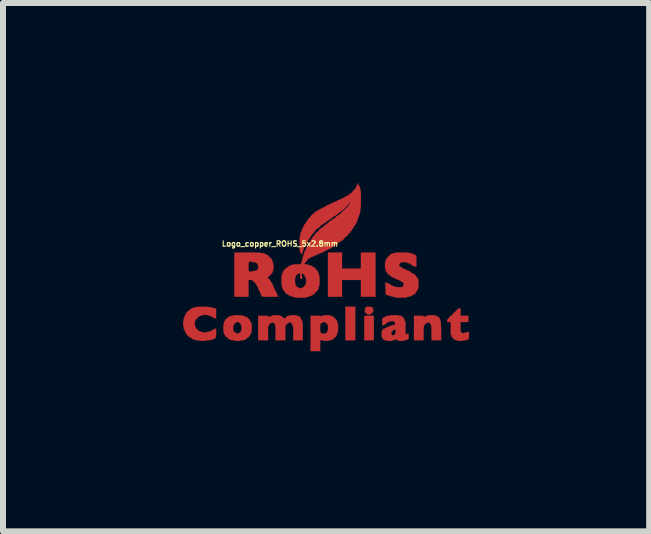
<source format=kicad_pcb>
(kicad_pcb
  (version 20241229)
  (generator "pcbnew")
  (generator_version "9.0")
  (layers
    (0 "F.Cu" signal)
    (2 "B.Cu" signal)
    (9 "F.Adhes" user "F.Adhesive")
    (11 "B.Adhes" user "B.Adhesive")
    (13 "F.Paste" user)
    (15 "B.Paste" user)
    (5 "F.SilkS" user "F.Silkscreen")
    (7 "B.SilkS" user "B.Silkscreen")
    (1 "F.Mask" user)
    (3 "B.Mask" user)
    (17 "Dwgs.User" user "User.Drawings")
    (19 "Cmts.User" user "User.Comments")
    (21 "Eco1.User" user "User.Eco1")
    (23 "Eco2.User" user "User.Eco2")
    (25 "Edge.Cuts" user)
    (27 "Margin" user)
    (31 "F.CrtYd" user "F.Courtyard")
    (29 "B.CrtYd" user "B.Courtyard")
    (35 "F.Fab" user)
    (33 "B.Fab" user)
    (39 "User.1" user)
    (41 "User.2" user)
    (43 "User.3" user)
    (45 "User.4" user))
  (footprint "Logo_copper_ROHS_5x2.8mm"
    (layer "F.Cu")
    (at 2.414 1.411)
    (property "Reference" "Logo_copper_ROHS_5x2.8mm" (at -0.8 -0.4 0) (layer "F.SilkS") (effects (font (size 0.089 0.089) (thickness 0.018))))
    (attr exclude_from_pos_files exclude_from_bom)
    (fp_poly (pts (xy 0.455 1.209) (xy 0.371 1.209) (xy 0.29 1.209) (xy 0.29 0.93) (xy 0.29 0.648) (xy 0.371 0.648) (xy 0.455 0.648) (xy 0.455 0.93) (xy 0.455 1.209)) (stroke (width 0.003) (type solid)) (fill yes) (layer "F.Cu"))
    (fp_poly (pts (xy 0.765 1.209) (xy 0.683 1.209) (xy 0.605 1.209) (xy 0.605 1.003) (xy 0.605 0.8) (xy 0.683 0.8) (xy 0.765 0.8) (xy 0.765 1.003) (xy 0.765 1.209)) (stroke (width 0.003) (type solid)) (fill yes) (layer "F.Cu"))
    (fp_poly (pts (xy 0.792 0.483) (xy 0.671 0.483) (xy 0.549 0.483) (xy 0.549 0.343) (xy 0.549 0.203) (xy 0.391 0.203) (xy 0.234 0.203) (xy 0.234 0.343) (xy 0.234 0.483) (xy 0.117 0.483) (xy 0 0.483) (xy 0 0.114) (xy 0 -0.254) (xy 0.117 -0.254) (xy 0.234 -0.254) (xy 0.234 -0.119) (xy 0.234 0.013) (xy 0.391 0.013) (xy 0.549 0.013) (xy 0.549 -0.119) (xy 0.549 -0.254) (xy 0.671 -0.254) (xy 0.792 -0.254) (xy 0.792 0.114) (xy 0.792 0.483)) (stroke (width 0.003) (type solid)) (fill yes) (layer "F.Cu"))
    (fp_poly (pts (xy 0.754 0.706) (xy 0.752 0.721) (xy 0.752 0.732) (xy 0.749 0.734) (xy 0.744 0.737) (xy 0.744 0.742) (xy 0.739 0.754) (xy 0.729 0.762) (xy 0.719 0.765) (xy 0.711 0.767) (xy 0.709 0.772) (xy 0.706 0.775) (xy 0.699 0.777) (xy 0.681 0.78) (xy 0.665 0.777) (xy 0.655 0.775) (xy 0.653 0.772) (xy 0.65 0.765) (xy 0.645 0.765) (xy 0.638 0.759) (xy 0.627 0.752) (xy 0.625 0.752) (xy 0.62 0.742) (xy 0.615 0.732) (xy 0.615 0.716) (xy 0.615 0.709) (xy 0.615 0.693) (xy 0.617 0.681) (xy 0.62 0.678) (xy 0.622 0.676) (xy 0.625 0.671) (xy 0.627 0.66) (xy 0.635 0.653) (xy 0.65 0.65) (xy 0.673 0.648) (xy 0.678 0.648) (xy 0.699 0.65) (xy 0.711 0.65) (xy 0.719 0.653) (xy 0.724 0.658) (xy 0.732 0.658) (xy 0.742 0.66) (xy 0.744 0.668) (xy 0.747 0.676) (xy 0.749 0.678) (xy 0.752 0.683) (xy 0.754 0.696) (xy 0.754 0.706)) (stroke (width 0.003) (type solid)) (fill yes) (layer "F.Cu"))
    (fp_poly (pts (xy 1.885 1.209) (xy 1.803 1.209) (xy 1.725 1.209) (xy 1.725 1.085) (xy 1.725 1.041) (xy 1.722 1.008) (xy 1.722 0.983) (xy 1.72 0.965) (xy 1.72 0.96) (xy 1.72 0.958) (xy 1.714 0.955) (xy 1.714 0.945) (xy 1.709 0.93) (xy 1.699 0.922) (xy 1.689 0.919) (xy 1.681 0.917) (xy 1.679 0.912) (xy 1.676 0.904) (xy 1.674 0.904) (xy 1.669 0.907) (xy 1.669 0.912) (xy 1.664 0.917) (xy 1.654 0.919) (xy 1.643 0.919) (xy 1.638 0.925) (xy 1.636 0.93) (xy 1.633 0.93) (xy 1.626 0.932) (xy 1.615 0.942) (xy 1.613 0.95) (xy 1.61 0.958) (xy 1.603 0.963) (xy 1.6 0.968) (xy 1.598 0.97) (xy 1.598 0.978) (xy 1.595 0.986) (xy 1.595 1.001) (xy 1.595 1.024) (xy 1.593 1.052) (xy 1.593 1.09) (xy 1.593 1.209) (xy 1.514 1.209) (xy 1.433 1.209) (xy 1.433 1.003) (xy 1.433 0.8) (xy 1.514 0.8) (xy 1.544 0.8) (xy 1.565 0.8) (xy 1.58 0.8) (xy 1.587 0.8) (xy 1.593 0.803) (xy 1.593 0.805) (xy 1.593 0.808) (xy 1.595 0.815) (xy 1.605 0.818) (xy 1.608 0.818) (xy 1.621 0.818) (xy 1.623 0.813) (xy 1.628 0.81) (xy 1.631 0.808) (xy 1.638 0.805) (xy 1.638 0.803) (xy 1.643 0.8) (xy 1.654 0.8) (xy 1.664 0.798) (xy 1.669 0.795) (xy 1.669 0.792) (xy 1.674 0.792) (xy 1.687 0.79) (xy 1.709 0.79) (xy 1.73 0.79) (xy 1.755 0.79) (xy 1.775 0.79) (xy 1.786 0.792) (xy 1.788 0.792) (xy 1.793 0.798) (xy 1.798 0.8) (xy 1.806 0.8) (xy 1.808 0.803) (xy 1.814 0.808) (xy 1.819 0.808) (xy 1.826 0.81) (xy 1.829 0.813) (xy 1.834 0.818) (xy 1.841 0.823) (xy 1.852 0.831) (xy 1.854 0.838) (xy 1.857 0.843) (xy 1.859 0.843) (xy 1.862 0.848) (xy 1.864 0.853) (xy 1.867 0.861) (xy 1.869 0.864) (xy 1.872 0.869) (xy 1.875 0.879) (xy 1.875 0.884) (xy 1.875 0.897) (xy 1.877 0.904) (xy 1.88 0.904) (xy 1.88 0.909) (xy 1.882 0.925) (xy 1.882 0.947) (xy 1.882 0.98) (xy 1.885 1.021) (xy 1.885 1.057) (xy 1.885 1.209)) (stroke (width 0.003) (type solid)) (fill yes) (layer "F.Cu"))
    (fp_poly (pts (xy 2.349 1.128) (xy 2.349 1.156) (xy 2.347 1.176) (xy 2.344 1.189) (xy 2.337 1.194) (xy 2.329 1.199) (xy 2.319 1.199) (xy 2.309 1.201) (xy 2.304 1.204) (xy 2.299 1.206) (xy 2.289 1.209) (xy 2.276 1.209) (xy 2.261 1.209) (xy 2.25 1.212) (xy 2.248 1.214) (xy 2.245 1.217) (xy 2.23 1.219) (xy 2.212 1.219) (xy 2.207 1.219) (xy 2.184 1.219) (xy 2.172 1.217) (xy 2.164 1.214) (xy 2.159 1.212) (xy 2.149 1.209) (xy 2.144 1.209) (xy 2.131 1.206) (xy 2.123 1.204) (xy 2.118 1.199) (xy 2.113 1.199) (xy 2.103 1.196) (xy 2.093 1.189) (xy 2.088 1.181) (xy 2.085 1.176) (xy 2.078 1.166) (xy 2.073 1.163) (xy 2.062 1.151) (xy 2.06 1.138) (xy 2.057 1.125) (xy 2.052 1.123) (xy 2.05 1.123) (xy 2.047 1.118) (xy 2.045 1.11) (xy 2.045 1.095) (xy 2.045 1.074) (xy 2.045 1.046) (xy 2.045 1.013) (xy 2.045 0.904) (xy 2.014 0.904) (xy 1.984 0.904) (xy 1.984 0.886) (xy 1.986 0.869) (xy 1.996 0.856) (xy 1.999 0.853) (xy 2.009 0.843) (xy 2.014 0.838) (xy 2.014 0.836) (xy 2.017 0.831) (xy 2.024 0.823) (xy 2.035 0.813) (xy 2.045 0.803) (xy 2.05 0.8) (xy 2.052 0.8) (xy 2.057 0.795) (xy 2.065 0.787) (xy 2.073 0.78) (xy 2.078 0.772) (xy 2.083 0.767) (xy 2.09 0.757) (xy 2.101 0.747) (xy 2.111 0.739) (xy 2.116 0.734) (xy 2.121 0.732) (xy 2.131 0.721) (xy 2.141 0.711) (xy 2.149 0.704) (xy 2.154 0.696) (xy 2.159 0.688) (xy 2.169 0.681) (xy 2.184 0.678) (xy 2.189 0.678) (xy 2.21 0.678) (xy 2.21 0.739) (xy 2.21 0.8) (xy 2.273 0.8) (xy 2.339 0.8) (xy 2.339 0.851) (xy 2.339 0.904) (xy 2.273 0.904) (xy 2.21 0.904) (xy 2.21 0.983) (xy 2.21 1.013) (xy 2.21 1.036) (xy 2.21 1.052) (xy 2.212 1.062) (xy 2.215 1.067) (xy 2.217 1.072) (xy 2.22 1.077) (xy 2.233 1.085) (xy 2.245 1.087) (xy 2.258 1.09) (xy 2.273 1.087) (xy 2.281 1.085) (xy 2.283 1.085) (xy 2.289 1.079) (xy 2.299 1.079) (xy 2.309 1.077) (xy 2.314 1.074) (xy 2.319 1.069) (xy 2.329 1.069) (xy 2.332 1.069) (xy 2.349 1.069) (xy 2.349 1.128)) (stroke (width 0.003) (type solid)) (fill yes) (layer "F.Cu"))
    (fp_poly (pts (xy -0.419 1.209) (xy -0.498 1.209) (xy -0.579 1.209) (xy -0.579 1.09) (xy -0.579 1.052) (xy -0.579 1.021) (xy -0.579 1.001) (xy -0.582 0.986) (xy -0.582 0.975) (xy -0.584 0.97) (xy -0.587 0.968) (xy -0.592 0.965) (xy -0.594 0.955) (xy -0.594 0.942) (xy -0.599 0.94) (xy -0.602 0.935) (xy -0.605 0.93) (xy -0.607 0.919) (xy -0.615 0.919) (xy -0.622 0.917) (xy -0.625 0.912) (xy -0.627 0.904) (xy -0.632 0.904) (xy -0.643 0.907) (xy -0.643 0.912) (xy -0.648 0.917) (xy -0.653 0.919) (xy -0.663 0.922) (xy -0.676 0.932) (xy -0.686 0.942) (xy -0.709 0.963) (xy -0.709 1.087) (xy -0.709 1.209) (xy -0.79 1.209) (xy -0.874 1.209) (xy -0.874 1.085) (xy -0.874 1.041) (xy -0.874 1.008) (xy -0.876 0.983) (xy -0.876 0.965) (xy -0.879 0.96) (xy -0.879 0.958) (xy -0.881 0.955) (xy -0.884 0.945) (xy -0.886 0.932) (xy -0.897 0.922) (xy -0.907 0.919) (xy -0.912 0.914) (xy -0.914 0.912) (xy -0.917 0.904) (xy -0.919 0.904) (xy -0.922 0.907) (xy -0.925 0.912) (xy -0.927 0.917) (xy -0.94 0.919) (xy -0.953 0.922) (xy -0.965 0.93) (xy -0.975 0.94) (xy -0.978 0.95) (xy -0.983 0.958) (xy -0.988 0.963) (xy -0.993 0.968) (xy -0.993 0.97) (xy -0.996 0.978) (xy -0.998 0.986) (xy -0.998 1.001) (xy -0.998 1.024) (xy -0.998 1.052) (xy -0.998 1.09) (xy -0.998 1.209) (xy -1.082 1.209) (xy -1.163 1.209) (xy -1.163 1.003) (xy -1.163 0.8) (xy -1.082 0.8) (xy -1.052 0.8) (xy -1.029 0.8) (xy -1.013 0.8) (xy -1.006 0.8) (xy -1.001 0.803) (xy -0.998 0.805) (xy -0.998 0.808) (xy -0.996 0.815) (xy -0.988 0.818) (xy -0.983 0.818) (xy -0.973 0.818) (xy -0.968 0.813) (xy -0.965 0.81) (xy -0.958 0.808) (xy -0.95 0.808) (xy -0.947 0.803) (xy -0.945 0.8) (xy -0.937 0.8) (xy -0.927 0.798) (xy -0.925 0.792) (xy -0.919 0.792) (xy -0.904 0.79) (xy -0.884 0.79) (xy -0.866 0.79) (xy -0.841 0.79) (xy -0.823 0.79) (xy -0.81 0.792) (xy -0.808 0.792) (xy -0.805 0.798) (xy -0.795 0.8) (xy -0.787 0.8) (xy -0.785 0.803) (xy -0.78 0.808) (xy -0.777 0.808) (xy -0.767 0.813) (xy -0.757 0.82) (xy -0.747 0.831) (xy -0.744 0.838) (xy -0.739 0.843) (xy -0.729 0.843) (xy -0.726 0.843) (xy -0.714 0.843) (xy -0.709 0.838) (xy -0.706 0.831) (xy -0.696 0.82) (xy -0.686 0.813) (xy -0.676 0.808) (xy -0.671 0.805) (xy -0.668 0.803) (xy -0.665 0.8) (xy -0.653 0.8) (xy -0.65 0.8) (xy -0.64 0.798) (xy -0.635 0.795) (xy -0.632 0.792) (xy -0.63 0.792) (xy -0.615 0.79) (xy -0.594 0.79) (xy -0.582 0.79) (xy -0.556 0.79) (xy -0.538 0.79) (xy -0.531 0.792) (xy -0.528 0.792) (xy -0.523 0.798) (xy -0.513 0.798) (xy -0.511 0.8) (xy -0.5 0.8) (xy -0.493 0.803) (xy -0.49 0.808) (xy -0.485 0.808) (xy -0.475 0.813) (xy -0.465 0.823) (xy -0.457 0.833) (xy -0.455 0.843) (xy -0.45 0.851) (xy -0.447 0.853) (xy -0.439 0.859) (xy -0.439 0.864) (xy -0.437 0.871) (xy -0.434 0.874) (xy -0.432 0.879) (xy -0.429 0.889) (xy -0.429 0.897) (xy -0.427 0.909) (xy -0.424 0.917) (xy -0.424 0.919) (xy -0.422 0.925) (xy -0.422 0.937) (xy -0.419 0.963) (xy -0.419 0.996) (xy -0.419 1.036) (xy -0.419 1.064) (xy -0.419 1.209)) (stroke (width 0.003) (type solid)) (fill yes) (layer "F.Cu"))
    (fp_poly (pts (xy 0.168 0.998) (xy 0.168 1.026) (xy 0.168 1.044) (xy 0.165 1.057) (xy 0.163 1.059) (xy 0.16 1.064) (xy 0.16 1.074) (xy 0.16 1.079) (xy 0.157 1.092) (xy 0.155 1.097) (xy 0.155 1.1) (xy 0.15 1.102) (xy 0.15 1.113) (xy 0.147 1.12) (xy 0.145 1.123) (xy 0.14 1.128) (xy 0.14 1.13) (xy 0.135 1.14) (xy 0.127 1.151) (xy 0.117 1.161) (xy 0.107 1.171) (xy 0.099 1.173) (xy 0.094 1.179) (xy 0.094 1.181) (xy 0.089 1.186) (xy 0.084 1.189) (xy 0.076 1.191) (xy 0.074 1.194) (xy 0.069 1.199) (xy 0.064 1.199) (xy 0.056 1.201) (xy 0.053 1.204) (xy 0.048 1.206) (xy 0.038 1.209) (xy 0.03 1.209) (xy 0.018 1.209) (xy 0.01 1.212) (xy 0.008 1.214) (xy 0.005 1.217) (xy 0 1.217) (xy 0 1.011) (xy 0 1.003) (xy 0 0.983) (xy 0 0.968) (xy -0.003 0.96) (xy -0.003 0.958) (xy -0.008 0.955) (xy -0.008 0.95) (xy -0.013 0.942) (xy -0.02 0.932) (xy -0.03 0.922) (xy -0.038 0.919) (xy -0.043 0.914) (xy -0.043 0.912) (xy -0.048 0.907) (xy -0.058 0.904) (xy -0.064 0.904) (xy -0.079 0.904) (xy -0.084 0.909) (xy -0.084 0.912) (xy -0.089 0.917) (xy -0.097 0.919) (xy -0.107 0.919) (xy -0.109 0.925) (xy -0.112 0.927) (xy -0.119 0.93) (xy -0.122 0.93) (xy -0.124 0.932) (xy -0.127 0.937) (xy -0.127 0.95) (xy -0.13 0.965) (xy -0.13 0.993) (xy -0.13 1.001) (xy -0.13 1.034) (xy -0.127 1.057) (xy -0.124 1.072) (xy -0.122 1.082) (xy -0.117 1.087) (xy -0.107 1.09) (xy -0.104 1.09) (xy -0.097 1.09) (xy -0.094 1.095) (xy -0.089 1.097) (xy -0.079 1.097) (xy -0.069 1.1) (xy -0.053 1.097) (xy -0.046 1.095) (xy -0.043 1.095) (xy -0.041 1.09) (xy -0.038 1.09) (xy -0.03 1.085) (xy -0.02 1.077) (xy -0.013 1.067) (xy -0.008 1.057) (xy -0.005 1.049) (xy -0.003 1.049) (xy -0.003 1.044) (xy 0 1.031) (xy 0 1.011) (xy 0 1.217) (xy -0.008 1.219) (xy -0.025 1.219) (xy -0.03 1.219) (xy -0.051 1.219) (xy -0.066 1.217) (xy -0.074 1.214) (xy -0.079 1.212) (xy -0.089 1.209) (xy -0.097 1.209) (xy -0.109 1.206) (xy -0.117 1.204) (xy -0.119 1.204) (xy -0.122 1.199) (xy -0.124 1.199) (xy -0.124 1.204) (xy -0.127 1.219) (xy -0.127 1.242) (xy -0.13 1.273) (xy -0.13 1.293) (xy -0.13 1.389) (xy -0.208 1.389) (xy -0.29 1.389) (xy -0.29 1.095) (xy -0.29 0.8) (xy -0.208 0.8) (xy -0.178 0.8) (xy -0.152 0.8) (xy -0.137 0.803) (xy -0.13 0.803) (xy -0.124 0.808) (xy -0.119 0.808) (xy -0.112 0.808) (xy -0.109 0.803) (xy -0.104 0.8) (xy -0.094 0.8) (xy -0.091 0.8) (xy -0.079 0.798) (xy -0.074 0.795) (xy -0.074 0.792) (xy -0.069 0.792) (xy -0.056 0.79) (xy -0.036 0.79) (xy -0.02 0.79) (xy 0 0.79) (xy 0.018 0.79) (xy 0.028 0.792) (xy 0.033 0.798) (xy 0.043 0.798) (xy 0.046 0.8) (xy 0.058 0.8) (xy 0.064 0.803) (xy 0.069 0.808) (xy 0.074 0.808) (xy 0.081 0.813) (xy 0.089 0.818) (xy 0.097 0.826) (xy 0.102 0.828) (xy 0.109 0.833) (xy 0.112 0.841) (xy 0.122 0.851) (xy 0.13 0.859) (xy 0.14 0.871) (xy 0.147 0.881) (xy 0.15 0.886) (xy 0.152 0.892) (xy 0.155 0.894) (xy 0.157 0.899) (xy 0.157 0.909) (xy 0.16 0.917) (xy 0.16 0.93) (xy 0.163 0.937) (xy 0.163 0.94) (xy 0.165 0.942) (xy 0.168 0.958) (xy 0.168 0.978) (xy 0.168 0.998)) (stroke (width 0.003) (type solid)) (fill yes) (layer "F.Cu"))
    (fp_poly (pts (xy -1.267 1.003) (xy -1.27 1.031) (xy -1.27 1.052) (xy -1.273 1.064) (xy -1.273 1.069) (xy -1.278 1.072) (xy -1.278 1.085) (xy -1.28 1.095) (xy -1.285 1.1) (xy -1.293 1.102) (xy -1.293 1.11) (xy -1.298 1.123) (xy -1.303 1.128) (xy -1.311 1.138) (xy -1.313 1.143) (xy -1.318 1.153) (xy -1.328 1.161) (xy -1.336 1.163) (xy -1.344 1.166) (xy -1.344 1.168) (xy -1.349 1.173) (xy -1.351 1.173) (xy -1.359 1.179) (xy -1.359 1.181) (xy -1.364 1.186) (xy -1.369 1.189) (xy -1.377 1.191) (xy -1.379 1.194) (xy -1.382 1.199) (xy -1.389 1.199) (xy -1.397 1.201) (xy -1.4 1.204) (xy -1.402 1.206) (xy -1.415 1.209) (xy -1.43 1.209) (xy -1.433 1.209) (xy -1.433 1.003) (xy -1.435 0.996) (xy -1.438 0.993) (xy -1.443 0.991) (xy -1.443 0.978) (xy -1.443 0.97) (xy -1.445 0.958) (xy -1.448 0.95) (xy -1.453 0.945) (xy -1.453 0.94) (xy -1.458 0.93) (xy -1.468 0.922) (xy -1.476 0.919) (xy -1.483 0.914) (xy -1.483 0.912) (xy -1.486 0.907) (xy -1.496 0.904) (xy -1.506 0.904) (xy -1.521 0.904) (xy -1.529 0.907) (xy -1.529 0.912) (xy -1.532 0.917) (xy -1.537 0.919) (xy -1.547 0.922) (xy -1.557 0.932) (xy -1.56 0.94) (xy -1.562 0.947) (xy -1.567 0.95) (xy -1.572 0.953) (xy -1.572 0.963) (xy -1.575 0.97) (xy -1.575 0.986) (xy -1.577 0.993) (xy -1.58 0.993) (xy -1.582 0.998) (xy -1.582 1.003) (xy -1.582 1.011) (xy -1.58 1.013) (xy -1.575 1.019) (xy -1.575 1.029) (xy -1.575 1.036) (xy -1.572 1.049) (xy -1.57 1.059) (xy -1.567 1.059) (xy -1.562 1.062) (xy -1.552 1.069) (xy -1.549 1.074) (xy -1.539 1.082) (xy -1.529 1.09) (xy -1.527 1.09) (xy -1.519 1.092) (xy -1.519 1.095) (xy -1.514 1.097) (xy -1.509 1.1) (xy -1.501 1.097) (xy -1.499 1.095) (xy -1.494 1.09) (xy -1.488 1.09) (xy -1.478 1.085) (xy -1.468 1.077) (xy -1.46 1.072) (xy -1.45 1.059) (xy -1.445 1.046) (xy -1.443 1.034) (xy -1.443 1.021) (xy -1.44 1.013) (xy -1.438 1.013) (xy -1.435 1.008) (xy -1.433 1.003) (xy -1.433 1.209) (xy -1.448 1.209) (xy -1.46 1.212) (xy -1.463 1.214) (xy -1.468 1.217) (xy -1.481 1.219) (xy -1.501 1.219) (xy -1.506 1.219) (xy -1.527 1.219) (xy -1.542 1.217) (xy -1.549 1.214) (xy -1.554 1.212) (xy -1.565 1.209) (xy -1.582 1.209) (xy -1.598 1.209) (xy -1.61 1.206) (xy -1.613 1.204) (xy -1.618 1.199) (xy -1.626 1.199) (xy -1.636 1.196) (xy -1.638 1.194) (xy -1.643 1.189) (xy -1.648 1.189) (xy -1.656 1.186) (xy -1.659 1.184) (xy -1.664 1.173) (xy -1.671 1.166) (xy -1.681 1.163) (xy -1.687 1.161) (xy -1.689 1.158) (xy -1.692 1.153) (xy -1.697 1.153) (xy -1.702 1.151) (xy -1.704 1.146) (xy -1.707 1.135) (xy -1.714 1.128) (xy -1.722 1.118) (xy -1.725 1.11) (xy -1.725 1.102) (xy -1.73 1.1) (xy -1.732 1.095) (xy -1.735 1.085) (xy -1.735 1.074) (xy -1.737 1.069) (xy -1.74 1.069) (xy -1.74 1.064) (xy -1.742 1.049) (xy -1.742 1.029) (xy -1.742 1.003) (xy -1.742 0.975) (xy -1.742 0.955) (xy -1.74 0.942) (xy -1.74 0.94) (xy -1.735 0.935) (xy -1.735 0.925) (xy -1.735 0.922) (xy -1.732 0.909) (xy -1.73 0.904) (xy -1.725 0.899) (xy -1.725 0.894) (xy -1.722 0.886) (xy -1.72 0.884) (xy -1.714 0.879) (xy -1.714 0.876) (xy -1.709 0.866) (xy -1.704 0.859) (xy -1.697 0.853) (xy -1.689 0.851) (xy -1.681 0.843) (xy -1.679 0.833) (xy -1.674 0.831) (xy -1.669 0.828) (xy -1.661 0.826) (xy -1.654 0.818) (xy -1.641 0.81) (xy -1.631 0.808) (xy -1.618 0.808) (xy -1.613 0.805) (xy -1.613 0.803) (xy -1.61 0.8) (xy -1.598 0.8) (xy -1.593 0.8) (xy -1.582 0.798) (xy -1.575 0.795) (xy -1.575 0.792) (xy -1.57 0.792) (xy -1.554 0.79) (xy -1.534 0.79) (xy -1.509 0.79) (xy -1.481 0.79) (xy -1.46 0.79) (xy -1.448 0.792) (xy -1.443 0.792) (xy -1.44 0.798) (xy -1.427 0.798) (xy -1.422 0.8) (xy -1.407 0.8) (xy -1.4 0.803) (xy -1.394 0.808) (xy -1.384 0.808) (xy -1.372 0.813) (xy -1.364 0.818) (xy -1.354 0.826) (xy -1.346 0.828) (xy -1.336 0.831) (xy -1.333 0.833) (xy -1.331 0.841) (xy -1.321 0.851) (xy -1.318 0.853) (xy -1.308 0.864) (xy -1.303 0.874) (xy -1.303 0.876) (xy -1.3 0.884) (xy -1.298 0.884) (xy -1.295 0.889) (xy -1.293 0.894) (xy -1.29 0.902) (xy -1.285 0.904) (xy -1.28 0.907) (xy -1.278 0.919) (xy -1.278 0.922) (xy -1.278 0.932) (xy -1.275 0.94) (xy -1.273 0.94) (xy -1.273 0.942) (xy -1.27 0.958) (xy -1.27 0.978) (xy -1.267 1.003)) (stroke (width 0.003) (type solid)) (fill yes) (layer "F.Cu"))
    (fp_poly (pts (xy 1.344 1.14) (xy 1.344 1.166) (xy 1.341 1.184) (xy 1.333 1.194) (xy 1.326 1.199) (xy 1.316 1.199) (xy 1.308 1.201) (xy 1.303 1.204) (xy 1.3 1.206) (xy 1.288 1.209) (xy 1.28 1.209) (xy 1.267 1.209) (xy 1.26 1.212) (xy 1.26 1.214) (xy 1.255 1.217) (xy 1.242 1.219) (xy 1.222 1.219) (xy 1.217 1.219) (xy 1.196 1.219) (xy 1.181 1.217) (xy 1.173 1.214) (xy 1.168 1.209) (xy 1.163 1.209) (xy 1.156 1.206) (xy 1.153 1.204) (xy 1.151 1.199) (xy 1.146 1.199) (xy 1.138 1.194) (xy 1.135 1.194) (xy 1.133 1.189) (xy 1.13 1.194) (xy 1.128 1.194) (xy 1.128 1.067) (xy 1.128 1.046) (xy 1.123 1.031) (xy 1.12 1.029) (xy 1.113 1.024) (xy 1.11 1.029) (xy 1.105 1.034) (xy 1.097 1.034) (xy 1.09 1.036) (xy 1.09 1.039) (xy 1.085 1.046) (xy 1.079 1.054) (xy 1.072 1.059) (xy 1.067 1.062) (xy 1.062 1.067) (xy 1.057 1.074) (xy 1.054 1.087) (xy 1.054 1.097) (xy 1.057 1.107) (xy 1.059 1.11) (xy 1.064 1.113) (xy 1.064 1.115) (xy 1.067 1.123) (xy 1.079 1.123) (xy 1.082 1.123) (xy 1.095 1.123) (xy 1.1 1.118) (xy 1.1 1.115) (xy 1.102 1.11) (xy 1.107 1.11) (xy 1.118 1.105) (xy 1.125 1.092) (xy 1.128 1.072) (xy 1.128 1.067) (xy 1.128 1.194) (xy 1.125 1.199) (xy 1.118 1.199) (xy 1.11 1.201) (xy 1.11 1.204) (xy 1.105 1.206) (xy 1.092 1.209) (xy 1.087 1.209) (xy 1.072 1.209) (xy 1.064 1.212) (xy 1.064 1.214) (xy 1.059 1.217) (xy 1.046 1.219) (xy 1.026 1.219) (xy 1.021 1.219) (xy 1.001 1.219) (xy 0.986 1.217) (xy 0.978 1.214) (xy 0.975 1.212) (xy 0.963 1.209) (xy 0.958 1.209) (xy 0.947 1.206) (xy 0.94 1.204) (xy 0.935 1.199) (xy 0.932 1.199) (xy 0.925 1.196) (xy 0.917 1.189) (xy 0.914 1.181) (xy 0.909 1.173) (xy 0.904 1.168) (xy 0.899 1.163) (xy 0.897 1.158) (xy 0.894 1.148) (xy 0.894 1.13) (xy 0.894 1.11) (xy 0.894 1.087) (xy 0.897 1.069) (xy 0.897 1.059) (xy 0.899 1.059) (xy 0.902 1.054) (xy 0.904 1.049) (xy 0.907 1.036) (xy 0.917 1.024) (xy 0.93 1.016) (xy 0.937 1.013) (xy 0.947 1.011) (xy 0.95 1.008) (xy 0.953 1.006) (xy 0.958 1.003) (xy 0.968 1.001) (xy 0.968 0.998) (xy 0.973 0.996) (xy 0.978 0.993) (xy 0.988 0.991) (xy 0.988 0.988) (xy 0.993 0.986) (xy 1.003 0.983) (xy 1.006 0.983) (xy 1.019 0.983) (xy 1.024 0.978) (xy 1.024 0.975) (xy 1.029 0.97) (xy 1.039 0.968) (xy 1.049 0.968) (xy 1.054 0.963) (xy 1.059 0.96) (xy 1.069 0.958) (xy 1.072 0.958) (xy 1.082 0.958) (xy 1.09 0.955) (xy 1.092 0.95) (xy 1.105 0.95) (xy 1.113 0.947) (xy 1.118 0.945) (xy 1.118 0.932) (xy 1.118 0.93) (xy 1.115 0.909) (xy 1.107 0.897) (xy 1.092 0.894) (xy 1.082 0.892) (xy 1.079 0.889) (xy 1.074 0.884) (xy 1.072 0.884) (xy 1.064 0.886) (xy 1.064 0.889) (xy 1.059 0.892) (xy 1.049 0.894) (xy 1.044 0.894) (xy 1.031 0.894) (xy 1.024 0.897) (xy 1.024 0.899) (xy 1.019 0.902) (xy 1.008 0.904) (xy 1.006 0.904) (xy 0.996 0.904) (xy 0.988 0.909) (xy 0.986 0.917) (xy 0.975 0.925) (xy 0.968 0.93) (xy 0.963 0.932) (xy 0.953 0.94) (xy 0.95 0.945) (xy 0.935 0.955) (xy 0.919 0.958) (xy 0.904 0.958) (xy 0.904 0.902) (xy 0.904 0.876) (xy 0.904 0.856) (xy 0.907 0.846) (xy 0.909 0.843) (xy 0.914 0.841) (xy 0.914 0.836) (xy 0.917 0.831) (xy 0.927 0.828) (xy 0.935 0.828) (xy 0.94 0.823) (xy 0.942 0.82) (xy 0.95 0.818) (xy 0.958 0.818) (xy 0.958 0.813) (xy 0.963 0.81) (xy 0.968 0.808) (xy 0.978 0.808) (xy 0.978 0.803) (xy 0.983 0.8) (xy 0.996 0.8) (xy 1.006 0.8) (xy 1.021 0.798) (xy 1.031 0.795) (xy 1.034 0.792) (xy 1.039 0.792) (xy 1.052 0.79) (xy 1.074 0.79) (xy 1.105 0.79) (xy 1.133 0.79) (xy 1.156 0.79) (xy 1.168 0.792) (xy 1.173 0.792) (xy 1.179 0.798) (xy 1.189 0.798) (xy 1.196 0.8) (xy 1.209 0.8) (xy 1.217 0.803) (xy 1.219 0.803) (xy 1.222 0.808) (xy 1.227 0.808) (xy 1.234 0.813) (xy 1.245 0.82) (xy 1.255 0.831) (xy 1.26 0.838) (xy 1.262 0.843) (xy 1.265 0.843) (xy 1.267 0.848) (xy 1.27 0.853) (xy 1.27 0.861) (xy 1.273 0.864) (xy 1.278 0.869) (xy 1.278 0.879) (xy 1.28 0.892) (xy 1.285 0.894) (xy 1.288 0.894) (xy 1.29 0.899) (xy 1.293 0.907) (xy 1.293 0.922) (xy 1.293 0.942) (xy 1.293 0.973) (xy 1.293 1.001) (xy 1.293 1.036) (xy 1.293 1.064) (xy 1.295 1.082) (xy 1.295 1.095) (xy 1.295 1.102) (xy 1.298 1.107) (xy 1.3 1.107) (xy 1.303 1.11) (xy 1.311 1.107) (xy 1.313 1.105) (xy 1.318 1.1) (xy 1.328 1.1) (xy 1.344 1.1) (xy 1.344 1.14)) (stroke (width 0.003) (type solid)) (fill yes) (layer "F.Cu"))
    (fp_poly (pts (xy -0.828 0.478) (xy -0.833 0.48) (xy -0.848 0.483) (xy -0.871 0.483) (xy -0.904 0.483) (xy -0.945 0.483) (xy -0.963 0.483) (xy -1.003 0.483) (xy -1.036 0.483) (xy -1.062 0.483) (xy -1.082 0.48) (xy -1.095 0.48) (xy -1.102 0.478) (xy -1.107 0.472) (xy -1.107 0.467) (xy -1.11 0.462) (xy -1.113 0.455) (xy -1.118 0.45) (xy -1.118 0.439) (xy -1.12 0.429) (xy -1.123 0.424) (xy -1.128 0.419) (xy -1.128 0.411) (xy -1.13 0.401) (xy -1.133 0.399) (xy -1.138 0.394) (xy -1.138 0.389) (xy -1.143 0.381) (xy -1.146 0.378) (xy -1.153 0.373) (xy -1.153 0.368) (xy -1.156 0.361) (xy -1.158 0.358) (xy -1.161 0.356) (xy -1.163 0.343) (xy -1.163 0.34) (xy -1.163 -0.013) (xy -1.163 -0.03) (xy -1.166 -0.043) (xy -1.168 -0.048) (xy -1.173 -0.053) (xy -1.173 -0.061) (xy -1.176 -0.071) (xy -1.184 -0.074) (xy -1.191 -0.076) (xy -1.194 -0.079) (xy -1.199 -0.081) (xy -1.206 -0.084) (xy -1.217 -0.086) (xy -1.219 -0.089) (xy -1.224 -0.091) (xy -1.234 -0.094) (xy -1.245 -0.094) (xy -1.257 -0.094) (xy -1.267 -0.097) (xy -1.267 -0.099) (xy -1.273 -0.102) (xy -1.283 -0.104) (xy -1.295 -0.104) (xy -1.308 -0.102) (xy -1.316 -0.097) (xy -1.318 -0.089) (xy -1.321 -0.074) (xy -1.323 -0.051) (xy -1.323 -0.028) (xy -1.323 -0.003) (xy -1.323 0.018) (xy -1.321 0.038) (xy -1.318 0.051) (xy -1.318 0.056) (xy -1.311 0.061) (xy -1.298 0.064) (xy -1.283 0.064) (xy -1.27 0.064) (xy -1.26 0.061) (xy -1.26 0.058) (xy -1.255 0.056) (xy -1.242 0.053) (xy -1.232 0.053) (xy -1.217 0.053) (xy -1.206 0.051) (xy -1.204 0.048) (xy -1.199 0.043) (xy -1.196 0.043) (xy -1.186 0.041) (xy -1.176 0.033) (xy -1.176 0.03) (xy -1.168 0.023) (xy -1.166 0.015) (xy -1.163 0) (xy -1.163 -0.013) (xy -1.163 0.34) (xy -1.166 0.33) (xy -1.168 0.325) (xy -1.168 0.323) (xy -1.173 0.32) (xy -1.173 0.315) (xy -1.179 0.305) (xy -1.184 0.3) (xy -1.191 0.29) (xy -1.194 0.282) (xy -1.196 0.272) (xy -1.206 0.262) (xy -1.214 0.259) (xy -1.219 0.254) (xy -1.219 0.251) (xy -1.222 0.241) (xy -1.232 0.231) (xy -1.24 0.229) (xy -1.247 0.226) (xy -1.255 0.216) (xy -1.26 0.208) (xy -1.262 0.206) (xy -1.278 0.203) (xy -1.29 0.203) (xy -1.323 0.203) (xy -1.323 0.343) (xy -1.323 0.483) (xy -1.44 0.483) (xy -1.56 0.483) (xy -1.56 0.114) (xy -1.56 -0.254) (xy -1.344 -0.254) (xy -1.285 -0.254) (xy -1.237 -0.254) (xy -1.196 -0.251) (xy -1.166 -0.251) (xy -1.143 -0.251) (xy -1.13 -0.249) (xy -1.128 -0.249) (xy -1.125 -0.246) (xy -1.113 -0.244) (xy -1.097 -0.244) (xy -1.079 -0.244) (xy -1.067 -0.241) (xy -1.064 -0.239) (xy -1.059 -0.234) (xy -1.054 -0.234) (xy -1.046 -0.231) (xy -1.044 -0.229) (xy -1.039 -0.224) (xy -1.034 -0.224) (xy -1.026 -0.221) (xy -1.024 -0.218) (xy -1.019 -0.216) (xy -1.011 -0.213) (xy -1.001 -0.211) (xy -0.998 -0.208) (xy -0.996 -0.203) (xy -0.986 -0.193) (xy -0.975 -0.178) (xy -0.97 -0.175) (xy -0.958 -0.163) (xy -0.947 -0.152) (xy -0.94 -0.15) (xy -0.935 -0.145) (xy -0.935 -0.137) (xy -0.932 -0.127) (xy -0.93 -0.124) (xy -0.925 -0.119) (xy -0.925 -0.109) (xy -0.922 -0.099) (xy -0.919 -0.094) (xy -0.917 -0.089) (xy -0.914 -0.079) (xy -0.914 -0.071) (xy -0.912 -0.058) (xy -0.909 -0.051) (xy -0.909 -0.048) (xy -0.907 -0.043) (xy -0.904 -0.033) (xy -0.904 -0.015) (xy -0.904 0) (xy -0.907 0.01) (xy -0.909 0.013) (xy -0.912 0.018) (xy -0.914 0.03) (xy -0.914 0.038) (xy -0.914 0.053) (xy -0.917 0.061) (xy -0.919 0.064) (xy -0.922 0.069) (xy -0.925 0.074) (xy -0.927 0.084) (xy -0.932 0.094) (xy -0.94 0.099) (xy -0.942 0.099) (xy -0.947 0.102) (xy -0.955 0.112) (xy -0.958 0.122) (xy -0.963 0.127) (xy -0.968 0.13) (xy -0.978 0.132) (xy -0.978 0.135) (xy -0.983 0.142) (xy -0.993 0.152) (xy -1.003 0.155) (xy -1.011 0.155) (xy -1.013 0.16) (xy -1.011 0.163) (xy -1.008 0.163) (xy -1.001 0.168) (xy -0.991 0.178) (xy -0.978 0.191) (xy -0.968 0.203) (xy -0.96 0.213) (xy -0.958 0.218) (xy -0.958 0.226) (xy -0.953 0.229) (xy -0.95 0.234) (xy -0.947 0.239) (xy -0.947 0.246) (xy -0.942 0.249) (xy -0.935 0.254) (xy -0.927 0.264) (xy -0.925 0.274) (xy -0.922 0.282) (xy -0.919 0.284) (xy -0.914 0.287) (xy -0.914 0.3) (xy -0.912 0.31) (xy -0.909 0.315) (xy -0.904 0.318) (xy -0.904 0.323) (xy -0.902 0.333) (xy -0.899 0.333) (xy -0.894 0.338) (xy -0.894 0.345) (xy -0.892 0.356) (xy -0.889 0.358) (xy -0.884 0.363) (xy -0.884 0.368) (xy -0.881 0.376) (xy -0.879 0.378) (xy -0.874 0.384) (xy -0.874 0.389) (xy -0.871 0.396) (xy -0.866 0.399) (xy -0.861 0.404) (xy -0.859 0.411) (xy -0.856 0.422) (xy -0.853 0.424) (xy -0.851 0.429) (xy -0.848 0.439) (xy -0.848 0.45) (xy -0.843 0.455) (xy -0.841 0.457) (xy -0.838 0.465) (xy -0.836 0.472) (xy -0.833 0.475) (xy -0.828 0.478)) (stroke (width 0.003) (type solid)) (fill yes) (layer "F.Cu"))
    (fp_poly (pts (xy -1.864 1.087) (xy -1.864 1.118) (xy -1.864 1.14) (xy -1.867 1.158) (xy -1.872 1.166) (xy -1.877 1.171) (xy -1.885 1.173) (xy -1.892 1.179) (xy -1.895 1.181) (xy -1.897 1.186) (xy -1.905 1.189) (xy -1.915 1.191) (xy -1.918 1.194) (xy -1.923 1.196) (xy -1.933 1.199) (xy -1.938 1.199) (xy -1.951 1.199) (xy -1.958 1.201) (xy -1.958 1.204) (xy -1.963 1.206) (xy -1.976 1.209) (xy -1.994 1.209) (xy -1.996 1.209) (xy -2.014 1.209) (xy -2.029 1.212) (xy -2.035 1.214) (xy -2.04 1.217) (xy -2.052 1.217) (xy -2.073 1.219) (xy -2.088 1.219) (xy -2.113 1.219) (xy -2.131 1.217) (xy -2.141 1.214) (xy -2.144 1.214) (xy -2.149 1.212) (xy -2.162 1.209) (xy -2.177 1.209) (xy -2.192 1.209) (xy -2.205 1.206) (xy -2.21 1.204) (xy -2.212 1.201) (xy -2.223 1.199) (xy -2.235 1.196) (xy -2.238 1.194) (xy -2.243 1.191) (xy -2.25 1.189) (xy -2.261 1.186) (xy -2.263 1.181) (xy -2.268 1.176) (xy -2.273 1.173) (xy -2.281 1.171) (xy -2.283 1.168) (xy -2.289 1.163) (xy -2.294 1.163) (xy -2.301 1.161) (xy -2.309 1.153) (xy -2.316 1.146) (xy -2.319 1.143) (xy -2.327 1.14) (xy -2.337 1.133) (xy -2.344 1.123) (xy -2.349 1.115) (xy -2.352 1.11) (xy -2.355 1.11) (xy -2.357 1.105) (xy -2.36 1.1) (xy -2.362 1.09) (xy -2.37 1.085) (xy -2.377 1.074) (xy -2.377 1.067) (xy -2.38 1.059) (xy -2.383 1.059) (xy -2.388 1.054) (xy -2.388 1.044) (xy -2.388 1.041) (xy -2.39 1.029) (xy -2.395 1.024) (xy -2.4 1.021) (xy -2.403 1.013) (xy -2.403 0.996) (xy -2.405 0.98) (xy -2.408 0.97) (xy -2.408 0.968) (xy -2.41 0.965) (xy -2.413 0.95) (xy -2.413 0.932) (xy -2.413 0.927) (xy -2.413 0.907) (xy -2.41 0.892) (xy -2.41 0.884) (xy -2.408 0.884) (xy -2.405 0.879) (xy -2.405 0.869) (xy -2.403 0.856) (xy -2.403 0.841) (xy -2.4 0.831) (xy -2.395 0.828) (xy -2.39 0.826) (xy -2.388 0.813) (xy -2.388 0.803) (xy -2.383 0.8) (xy -2.38 0.795) (xy -2.377 0.79) (xy -2.377 0.78) (xy -2.375 0.78) (xy -2.37 0.775) (xy -2.37 0.772) (xy -2.367 0.765) (xy -2.365 0.765) (xy -2.36 0.759) (xy -2.36 0.757) (xy -2.355 0.749) (xy -2.347 0.737) (xy -2.337 0.726) (xy -2.327 0.716) (xy -2.319 0.714) (xy -2.314 0.711) (xy -2.314 0.709) (xy -2.309 0.704) (xy -2.304 0.704) (xy -2.296 0.701) (xy -2.294 0.699) (xy -2.289 0.688) (xy -2.281 0.681) (xy -2.271 0.678) (xy -2.266 0.676) (xy -2.263 0.673) (xy -2.261 0.671) (xy -2.248 0.668) (xy -2.245 0.668) (xy -2.235 0.668) (xy -2.23 0.665) (xy -2.228 0.663) (xy -2.225 0.66) (xy -2.215 0.658) (xy -2.202 0.658) (xy -2.2 0.653) (xy -2.195 0.653) (xy -2.179 0.65) (xy -2.156 0.65) (xy -2.123 0.65) (xy -2.09 0.648) (xy -2.052 0.65) (xy -2.022 0.65) (xy -1.999 0.65) (xy -1.986 0.653) (xy -1.984 0.653) (xy -1.979 0.655) (xy -1.968 0.658) (xy -1.956 0.658) (xy -1.941 0.66) (xy -1.93 0.663) (xy -1.928 0.663) (xy -1.925 0.668) (xy -1.913 0.668) (xy -1.91 0.668) (xy -1.9 0.671) (xy -1.895 0.673) (xy -1.89 0.678) (xy -1.88 0.678) (xy -1.864 0.678) (xy -1.864 0.762) (xy -1.864 0.843) (xy -1.88 0.843) (xy -1.89 0.841) (xy -1.895 0.836) (xy -1.897 0.831) (xy -1.905 0.828) (xy -1.915 0.828) (xy -1.918 0.823) (xy -1.923 0.82) (xy -1.928 0.818) (xy -1.938 0.818) (xy -1.938 0.813) (xy -1.943 0.81) (xy -1.948 0.808) (xy -1.956 0.808) (xy -1.958 0.803) (xy -1.963 0.8) (xy -1.971 0.8) (xy -1.981 0.798) (xy -1.984 0.792) (xy -1.989 0.79) (xy -1.999 0.79) (xy -2.009 0.79) (xy -2.022 0.787) (xy -2.032 0.785) (xy -2.035 0.785) (xy -2.037 0.78) (xy -2.047 0.78) (xy -2.055 0.78) (xy -2.06 0.785) (xy -2.062 0.787) (xy -2.075 0.787) (xy -2.083 0.79) (xy -2.098 0.79) (xy -2.108 0.792) (xy -2.113 0.798) (xy -2.121 0.8) (xy -2.131 0.8) (xy -2.134 0.803) (xy -2.139 0.808) (xy -2.141 0.808) (xy -2.149 0.813) (xy -2.159 0.82) (xy -2.169 0.828) (xy -2.174 0.836) (xy -2.177 0.843) (xy -2.184 0.851) (xy -2.189 0.853) (xy -2.192 0.853) (xy -2.2 0.859) (xy -2.205 0.866) (xy -2.21 0.876) (xy -2.212 0.884) (xy -2.215 0.884) (xy -2.217 0.889) (xy -2.217 0.902) (xy -2.22 0.922) (xy -2.22 0.927) (xy -2.217 0.947) (xy -2.217 0.963) (xy -2.215 0.968) (xy -2.21 0.973) (xy -2.21 0.98) (xy -2.207 0.991) (xy -2.205 0.993) (xy -2.2 0.998) (xy -2.2 1.003) (xy -2.197 1.011) (xy -2.195 1.013) (xy -2.187 1.016) (xy -2.177 1.026) (xy -2.169 1.036) (xy -2.164 1.044) (xy -2.159 1.049) (xy -2.154 1.049) (xy -2.146 1.052) (xy -2.144 1.054) (xy -2.139 1.057) (xy -2.134 1.059) (xy -2.126 1.062) (xy -2.123 1.064) (xy -2.118 1.067) (xy -2.108 1.069) (xy -2.106 1.069) (xy -2.095 1.069) (xy -2.088 1.072) (xy -2.088 1.074) (xy -2.085 1.077) (xy -2.073 1.077) (xy -2.057 1.079) (xy -2.04 1.077) (xy -2.027 1.077) (xy -2.024 1.074) (xy -2.019 1.072) (xy -2.009 1.069) (xy -2.004 1.069) (xy -1.991 1.067) (xy -1.984 1.064) (xy -1.979 1.059) (xy -1.968 1.059) (xy -1.966 1.059) (xy -1.956 1.057) (xy -1.948 1.054) (xy -1.946 1.049) (xy -1.938 1.049) (xy -1.93 1.046) (xy -1.928 1.041) (xy -1.925 1.036) (xy -1.915 1.034) (xy -1.908 1.031) (xy -1.905 1.029) (xy -1.9 1.024) (xy -1.895 1.024) (xy -1.885 1.021) (xy -1.885 1.019) (xy -1.88 1.013) (xy -1.875 1.013) (xy -1.869 1.013) (xy -1.867 1.016) (xy -1.864 1.024) (xy -1.864 1.034) (xy -1.864 1.052) (xy -1.864 1.077) (xy -1.864 1.087)) (stroke (width 0.003) (type solid)) (fill yes) (layer "F.Cu"))
    (fp_poly (pts (xy 1.509 0.269) (xy 1.509 0.3) (xy 1.506 0.323) (xy 1.506 0.338) (xy 1.504 0.343) (xy 1.501 0.348) (xy 1.499 0.356) (xy 1.496 0.366) (xy 1.491 0.368) (xy 1.486 0.373) (xy 1.483 0.378) (xy 1.481 0.386) (xy 1.478 0.389) (xy 1.476 0.394) (xy 1.473 0.399) (xy 1.471 0.406) (xy 1.468 0.409) (xy 1.463 0.411) (xy 1.463 0.414) (xy 1.46 0.422) (xy 1.45 0.432) (xy 1.44 0.439) (xy 1.43 0.445) (xy 1.42 0.447) (xy 1.415 0.455) (xy 1.405 0.462) (xy 1.397 0.465) (xy 1.389 0.467) (xy 1.389 0.47) (xy 1.384 0.472) (xy 1.374 0.475) (xy 1.364 0.475) (xy 1.359 0.478) (xy 1.354 0.483) (xy 1.344 0.483) (xy 1.336 0.483) (xy 1.321 0.485) (xy 1.316 0.488) (xy 1.313 0.49) (xy 1.313 0.493) (xy 1.308 0.495) (xy 1.298 0.498) (xy 1.285 0.498) (xy 1.262 0.498) (xy 1.232 0.498) (xy 1.217 0.498) (xy 1.181 0.498) (xy 1.158 0.498) (xy 1.14 0.498) (xy 1.128 0.495) (xy 1.123 0.495) (xy 1.12 0.493) (xy 1.118 0.49) (xy 1.115 0.488) (xy 1.107 0.485) (xy 1.092 0.483) (xy 1.077 0.483) (xy 1.067 0.48) (xy 1.064 0.478) (xy 1.059 0.475) (xy 1.049 0.475) (xy 1.039 0.472) (xy 1.034 0.47) (xy 1.029 0.465) (xy 1.019 0.465) (xy 1.016 0.465) (xy 1.006 0.462) (xy 0.998 0.46) (xy 0.996 0.455) (xy 0.986 0.455) (xy 0.975 0.452) (xy 0.97 0.45) (xy 0.965 0.445) (xy 0.963 0.434) (xy 0.96 0.417) (xy 0.96 0.394) (xy 0.958 0.361) (xy 0.958 0.353) (xy 0.958 0.32) (xy 0.958 0.295) (xy 0.958 0.277) (xy 0.955 0.269) (xy 0.95 0.264) (xy 0.95 0.259) (xy 0.95 0.251) (xy 0.958 0.249) (xy 0.968 0.249) (xy 0.98 0.249) (xy 0.988 0.251) (xy 0.988 0.254) (xy 0.993 0.257) (xy 1.001 0.259) (xy 1.011 0.262) (xy 1.013 0.264) (xy 1.019 0.267) (xy 1.024 0.269) (xy 1.031 0.272) (xy 1.034 0.277) (xy 1.039 0.282) (xy 1.044 0.284) (xy 1.052 0.287) (xy 1.054 0.29) (xy 1.059 0.292) (xy 1.067 0.295) (xy 1.074 0.295) (xy 1.079 0.3) (xy 1.082 0.302) (xy 1.09 0.305) (xy 1.097 0.305) (xy 1.1 0.31) (xy 1.102 0.312) (xy 1.113 0.315) (xy 1.115 0.315) (xy 1.125 0.315) (xy 1.128 0.318) (xy 1.128 0.32) (xy 1.133 0.32) (xy 1.148 0.323) (xy 1.168 0.323) (xy 1.181 0.323) (xy 1.206 0.323) (xy 1.222 0.323) (xy 1.232 0.32) (xy 1.24 0.318) (xy 1.245 0.312) (xy 1.247 0.312) (xy 1.255 0.297) (xy 1.26 0.282) (xy 1.26 0.264) (xy 1.255 0.251) (xy 1.245 0.241) (xy 1.237 0.239) (xy 1.229 0.236) (xy 1.224 0.229) (xy 1.214 0.221) (xy 1.204 0.218) (xy 1.196 0.216) (xy 1.194 0.211) (xy 1.189 0.206) (xy 1.179 0.203) (xy 1.168 0.203) (xy 1.163 0.198) (xy 1.158 0.196) (xy 1.151 0.193) (xy 1.143 0.193) (xy 1.138 0.188) (xy 1.135 0.185) (xy 1.128 0.183) (xy 1.12 0.183) (xy 1.118 0.178) (xy 1.115 0.175) (xy 1.11 0.173) (xy 1.1 0.173) (xy 1.1 0.168) (xy 1.095 0.165) (xy 1.09 0.163) (xy 1.079 0.163) (xy 1.079 0.16) (xy 1.074 0.155) (xy 1.069 0.155) (xy 1.057 0.15) (xy 1.046 0.142) (xy 1.044 0.135) (xy 1.039 0.13) (xy 1.034 0.13) (xy 1.026 0.124) (xy 1.019 0.119) (xy 1.011 0.112) (xy 1.008 0.109) (xy 0.998 0.104) (xy 0.991 0.097) (xy 0.988 0.086) (xy 0.986 0.079) (xy 0.983 0.079) (xy 0.98 0.074) (xy 0.978 0.071) (xy 0.975 0.064) (xy 0.973 0.064) (xy 0.97 0.058) (xy 0.968 0.053) (xy 0.968 0.046) (xy 0.963 0.043) (xy 0.96 0.041) (xy 0.958 0.028) (xy 0.958 0.018) (xy 0.955 0.013) (xy 0.953 0.01) (xy 0.95 -0.003) (xy 0.95 -0.023) (xy 0.95 -0.038) (xy 0.95 -0.064) (xy 0.95 -0.081) (xy 0.953 -0.091) (xy 0.955 -0.094) (xy 0.958 -0.099) (xy 0.958 -0.109) (xy 0.96 -0.119) (xy 0.963 -0.124) (xy 0.968 -0.127) (xy 0.968 -0.137) (xy 0.97 -0.145) (xy 0.973 -0.15) (xy 0.978 -0.152) (xy 0.978 -0.157) (xy 0.983 -0.165) (xy 0.991 -0.175) (xy 0.998 -0.183) (xy 1.006 -0.188) (xy 1.013 -0.193) (xy 1.019 -0.198) (xy 1.024 -0.206) (xy 1.029 -0.213) (xy 1.036 -0.221) (xy 1.046 -0.224) (xy 1.052 -0.226) (xy 1.054 -0.229) (xy 1.059 -0.234) (xy 1.067 -0.234) (xy 1.074 -0.236) (xy 1.079 -0.239) (xy 1.082 -0.241) (xy 1.095 -0.244) (xy 1.1 -0.244) (xy 1.113 -0.244) (xy 1.118 -0.246) (xy 1.118 -0.249) (xy 1.123 -0.251) (xy 1.138 -0.251) (xy 1.161 -0.254) (xy 1.194 -0.254) (xy 1.232 -0.254) (xy 1.27 -0.254) (xy 1.303 -0.254) (xy 1.326 -0.251) (xy 1.339 -0.251) (xy 1.344 -0.249) (xy 1.349 -0.246) (xy 1.359 -0.244) (xy 1.367 -0.244) (xy 1.379 -0.244) (xy 1.387 -0.241) (xy 1.389 -0.239) (xy 1.392 -0.236) (xy 1.405 -0.234) (xy 1.415 -0.231) (xy 1.42 -0.229) (xy 1.422 -0.226) (xy 1.43 -0.224) (xy 1.44 -0.221) (xy 1.443 -0.218) (xy 1.448 -0.213) (xy 1.453 -0.213) (xy 1.463 -0.211) (xy 1.463 -0.206) (xy 1.466 -0.201) (xy 1.468 -0.198) (xy 1.471 -0.193) (xy 1.473 -0.18) (xy 1.473 -0.157) (xy 1.473 -0.127) (xy 1.473 -0.109) (xy 1.473 -0.018) (xy 1.458 -0.018) (xy 1.448 -0.02) (xy 1.443 -0.023) (xy 1.44 -0.028) (xy 1.43 -0.028) (xy 1.422 -0.03) (xy 1.42 -0.033) (xy 1.415 -0.038) (xy 1.41 -0.038) (xy 1.4 -0.043) (xy 1.394 -0.048) (xy 1.384 -0.056) (xy 1.377 -0.058) (xy 1.369 -0.061) (xy 1.369 -0.066) (xy 1.364 -0.071) (xy 1.354 -0.074) (xy 1.351 -0.074) (xy 1.339 -0.076) (xy 1.333 -0.079) (xy 1.328 -0.081) (xy 1.318 -0.084) (xy 1.308 -0.086) (xy 1.303 -0.089) (xy 1.298 -0.091) (xy 1.285 -0.094) (xy 1.267 -0.094) (xy 1.262 -0.094) (xy 1.24 -0.094) (xy 1.227 -0.091) (xy 1.219 -0.089) (xy 1.214 -0.084) (xy 1.204 -0.079) (xy 1.196 -0.071) (xy 1.194 -0.064) (xy 1.191 -0.058) (xy 1.189 -0.058) (xy 1.184 -0.053) (xy 1.184 -0.048) (xy 1.186 -0.041) (xy 1.189 -0.038) (xy 1.194 -0.036) (xy 1.194 -0.028) (xy 1.196 -0.02) (xy 1.204 -0.018) (xy 1.217 -0.015) (xy 1.224 -0.008) (xy 1.229 0) (xy 1.232 0.003) (xy 1.24 0.005) (xy 1.247 0.005) (xy 1.25 0.008) (xy 1.252 0.013) (xy 1.26 0.013) (xy 1.267 0.015) (xy 1.27 0.018) (xy 1.273 0.023) (xy 1.28 0.023) (xy 1.29 0.025) (xy 1.293 0.028) (xy 1.298 0.033) (xy 1.303 0.033) (xy 1.311 0.036) (xy 1.313 0.038) (xy 1.318 0.043) (xy 1.323 0.043) (xy 1.331 0.046) (xy 1.333 0.048) (xy 1.339 0.053) (xy 1.346 0.053) (xy 1.356 0.056) (xy 1.359 0.058) (xy 1.364 0.064) (xy 1.369 0.064) (xy 1.377 0.066) (xy 1.379 0.069) (xy 1.382 0.079) (xy 1.392 0.086) (xy 1.402 0.089) (xy 1.407 0.091) (xy 1.41 0.094) (xy 1.412 0.097) (xy 1.42 0.099) (xy 1.427 0.102) (xy 1.44 0.109) (xy 1.45 0.119) (xy 1.46 0.13) (xy 1.463 0.137) (xy 1.468 0.142) (xy 1.473 0.15) (xy 1.481 0.157) (xy 1.483 0.165) (xy 1.488 0.173) (xy 1.491 0.173) (xy 1.499 0.178) (xy 1.499 0.183) (xy 1.501 0.193) (xy 1.504 0.193) (xy 1.506 0.198) (xy 1.506 0.213) (xy 1.509 0.234) (xy 1.509 0.264) (xy 1.509 0.269)) (stroke (width 0.003) (type solid)) (fill yes) (layer "F.Cu"))
    (fp_poly (pts (xy 0.549 -1.138) (xy 0.549 -1.092) (xy 0.549 -1.054) (xy 0.546 -1.024) (xy 0.546 -1.003) (xy 0.546 -0.991) (xy 0.544 -0.988) (xy 0.541 -0.983) (xy 0.538 -0.973) (xy 0.538 -0.955) (xy 0.538 -0.94) (xy 0.536 -0.927) (xy 0.533 -0.925) (xy 0.531 -0.919) (xy 0.528 -0.907) (xy 0.528 -0.902) (xy 0.528 -0.886) (xy 0.523 -0.879) (xy 0.521 -0.879) (xy 0.516 -0.874) (xy 0.513 -0.864) (xy 0.513 -0.853) (xy 0.508 -0.848) (xy 0.505 -0.843) (xy 0.503 -0.833) (xy 0.503 -0.831) (xy 0.503 -0.82) (xy 0.5 -0.813) (xy 0.498 -0.813) (xy 0.495 -0.81) (xy 0.493 -0.8) (xy 0.493 -0.798) (xy 0.493 -0.787) (xy 0.488 -0.785) (xy 0.485 -0.78) (xy 0.483 -0.772) (xy 0.483 -0.762) (xy 0.478 -0.759) (xy 0.475 -0.754) (xy 0.475 -0.749) (xy 0.472 -0.742) (xy 0.47 -0.739) (xy 0.465 -0.734) (xy 0.465 -0.732) (xy 0.46 -0.721) (xy 0.452 -0.711) (xy 0.445 -0.709) (xy 0.439 -0.704) (xy 0.439 -0.699) (xy 0.434 -0.686) (xy 0.429 -0.678) (xy 0.422 -0.671) (xy 0.419 -0.663) (xy 0.414 -0.655) (xy 0.409 -0.648) (xy 0.401 -0.64) (xy 0.399 -0.632) (xy 0.396 -0.622) (xy 0.386 -0.612) (xy 0.378 -0.61) (xy 0.373 -0.605) (xy 0.373 -0.602) (xy 0.371 -0.594) (xy 0.361 -0.582) (xy 0.353 -0.574) (xy 0.343 -0.561) (xy 0.335 -0.554) (xy 0.333 -0.551) (xy 0.33 -0.546) (xy 0.323 -0.538) (xy 0.315 -0.528) (xy 0.307 -0.523) (xy 0.302 -0.521) (xy 0.292 -0.513) (xy 0.282 -0.503) (xy 0.274 -0.493) (xy 0.269 -0.488) (xy 0.269 -0.485) (xy 0.264 -0.48) (xy 0.257 -0.472) (xy 0.246 -0.462) (xy 0.241 -0.46) (xy 0.239 -0.46) (xy 0.234 -0.455) (xy 0.229 -0.45) (xy 0.226 -0.45) (xy 0.218 -0.445) (xy 0.206 -0.437) (xy 0.203 -0.434) (xy 0.193 -0.424) (xy 0.18 -0.419) (xy 0.17 -0.417) (xy 0.168 -0.414) (xy 0.165 -0.404) (xy 0.155 -0.396) (xy 0.147 -0.394) (xy 0.14 -0.391) (xy 0.135 -0.384) (xy 0.124 -0.376) (xy 0.117 -0.373) (xy 0.109 -0.371) (xy 0.109 -0.368) (xy 0.104 -0.363) (xy 0.102 -0.363) (xy 0.094 -0.361) (xy 0.094 -0.358) (xy 0.089 -0.356) (xy 0.084 -0.353) (xy 0.076 -0.351) (xy 0.074 -0.348) (xy 0.069 -0.34) (xy 0.061 -0.33) (xy 0.051 -0.328) (xy 0.046 -0.325) (xy 0.043 -0.323) (xy 0.041 -0.32) (xy 0.03 -0.318) (xy 0.023 -0.318) (xy 0.018 -0.315) (xy 0.015 -0.31) (xy 0.008 -0.31) (xy 0 -0.307) (xy 0 -0.305) (xy -0.003 -0.3) (xy -0.008 -0.3) (xy -0.018 -0.297) (xy -0.018 -0.295) (xy -0.023 -0.29) (xy -0.03 -0.29) (xy -0.041 -0.287) (xy -0.043 -0.284) (xy -0.048 -0.279) (xy -0.053 -0.279) (xy -0.061 -0.277) (xy -0.064 -0.272) (xy -0.069 -0.264) (xy -0.074 -0.264) (xy -0.081 -0.262) (xy -0.084 -0.259) (xy -0.089 -0.254) (xy -0.097 -0.254) (xy -0.107 -0.251) (xy -0.109 -0.249) (xy -0.114 -0.246) (xy -0.124 -0.244) (xy -0.135 -0.241) (xy -0.14 -0.239) (xy -0.142 -0.234) (xy -0.15 -0.234) (xy -0.157 -0.231) (xy -0.157 -0.229) (xy -0.163 -0.226) (xy -0.17 -0.224) (xy -0.18 -0.221) (xy -0.183 -0.218) (xy -0.188 -0.216) (xy -0.198 -0.213) (xy -0.211 -0.211) (xy -0.213 -0.206) (xy -0.218 -0.201) (xy -0.224 -0.198) (xy -0.231 -0.196) (xy -0.234 -0.193) (xy -0.239 -0.191) (xy -0.246 -0.188) (xy -0.257 -0.188) (xy -0.259 -0.183) (xy -0.264 -0.18) (xy -0.272 -0.178) (xy -0.287 -0.175) (xy -0.295 -0.168) (xy -0.302 -0.16) (xy -0.31 -0.157) (xy -0.32 -0.155) (xy -0.33 -0.147) (xy -0.34 -0.137) (xy -0.343 -0.13) (xy -0.348 -0.124) (xy -0.353 -0.119) (xy -0.361 -0.112) (xy -0.363 -0.104) (xy -0.368 -0.097) (xy -0.376 -0.086) (xy -0.384 -0.084) (xy -0.389 -0.079) (xy -0.389 -0.071) (xy -0.389 -0.064) (xy -0.384 -0.061) (xy -0.373 -0.058) (xy -0.366 -0.058) (xy -0.353 -0.058) (xy -0.345 -0.056) (xy -0.343 -0.053) (xy -0.34 -0.051) (xy -0.328 -0.048) (xy -0.325 -0.048) (xy -0.315 -0.048) (xy -0.31 -0.043) (xy -0.305 -0.041) (xy -0.295 -0.038) (xy -0.282 -0.038) (xy -0.279 -0.033) (xy -0.274 -0.03) (xy -0.269 -0.028) (xy -0.259 -0.025) (xy -0.254 -0.018) (xy -0.244 -0.01) (xy -0.236 -0.008) (xy -0.226 -0.008) (xy -0.224 -0.003) (xy -0.221 0) (xy -0.211 0.01) (xy -0.208 0.013) (xy -0.198 0.023) (xy -0.193 0.033) (xy -0.191 0.043) (xy -0.18 0.051) (xy -0.175 0.053) (xy -0.17 0.058) (xy -0.168 0.066) (xy -0.168 0.076) (xy -0.163 0.079) (xy -0.16 0.084) (xy -0.157 0.089) (xy -0.157 0.097) (xy -0.155 0.099) (xy -0.15 0.104) (xy -0.15 0.114) (xy -0.15 0.122) (xy -0.147 0.135) (xy -0.145 0.142) (xy -0.145 0.145) (xy -0.142 0.147) (xy -0.14 0.163) (xy -0.14 0.185) (xy -0.14 0.213) (xy -0.14 0.218) (xy -0.14 0.249) (xy -0.14 0.272) (xy -0.142 0.287) (xy -0.142 0.295) (xy -0.145 0.295) (xy -0.147 0.297) (xy -0.15 0.31) (xy -0.15 0.32) (xy -0.155 0.323) (xy -0.157 0.328) (xy -0.157 0.338) (xy -0.157 0.34) (xy -0.16 0.353) (xy -0.163 0.358) (xy -0.168 0.363) (xy -0.168 0.368) (xy -0.17 0.376) (xy -0.173 0.378) (xy -0.18 0.381) (xy -0.191 0.391) (xy -0.201 0.399) (xy -0.208 0.409) (xy -0.213 0.417) (xy -0.216 0.422) (xy -0.226 0.432) (xy -0.236 0.439) (xy -0.241 0.445) (xy -0.244 0.445) (xy -0.249 0.447) (xy -0.249 0.45) (xy -0.254 0.452) (xy -0.259 0.455) (xy -0.267 0.455) (xy -0.269 0.46) (xy -0.272 0.462) (xy -0.279 0.465) (xy -0.287 0.465) (xy -0.29 0.47) (xy -0.292 0.472) (xy -0.3 0.475) (xy -0.307 0.475) (xy -0.31 0.478) (xy -0.312 0.483) (xy -0.325 0.483) (xy -0.33 0.483) (xy -0.345 0.485) (xy -0.353 0.488) (xy -0.353 0.49) (xy -0.356 0.493) (xy -0.358 0.495) (xy -0.363 0.495) (xy -0.363 0.221) (xy -0.363 0.216) (xy -0.363 0.196) (xy -0.366 0.18) (xy -0.368 0.175) (xy -0.368 0.173) (xy -0.373 0.17) (xy -0.373 0.16) (xy -0.376 0.147) (xy -0.381 0.145) (xy -0.389 0.14) (xy -0.389 0.135) (xy -0.394 0.122) (xy -0.404 0.109) (xy -0.417 0.102) (xy -0.427 0.099) (xy -0.434 0.099) (xy -0.437 0.104) (xy -0.439 0.114) (xy -0.439 0.122) (xy -0.437 0.135) (xy -0.434 0.142) (xy -0.434 0.145) (xy -0.432 0.147) (xy -0.429 0.16) (xy -0.429 0.163) (xy -0.429 0.178) (xy -0.432 0.183) (xy -0.442 0.183) (xy -0.447 0.183) (xy -0.465 0.183) (xy -0.465 0.137) (xy -0.465 0.114) (xy -0.465 0.099) (xy -0.467 0.091) (xy -0.47 0.089) (xy -0.472 0.089) (xy -0.483 0.091) (xy -0.483 0.094) (xy -0.488 0.099) (xy -0.493 0.099) (xy -0.503 0.102) (xy -0.508 0.109) (xy -0.516 0.117) (xy -0.521 0.119) (xy -0.528 0.124) (xy -0.536 0.135) (xy -0.538 0.147) (xy -0.541 0.16) (xy -0.544 0.163) (xy -0.546 0.168) (xy -0.549 0.183) (xy -0.549 0.203) (xy -0.549 0.216) (xy -0.549 0.241) (xy -0.546 0.257) (xy -0.546 0.267) (xy -0.544 0.269) (xy -0.541 0.274) (xy -0.538 0.282) (xy -0.536 0.29) (xy -0.533 0.295) (xy -0.528 0.297) (xy -0.528 0.305) (xy -0.526 0.312) (xy -0.521 0.315) (xy -0.516 0.318) (xy -0.513 0.32) (xy -0.511 0.323) (xy -0.503 0.323) (xy -0.495 0.325) (xy -0.493 0.328) (xy -0.49 0.333) (xy -0.483 0.333) (xy -0.475 0.335) (xy -0.472 0.338) (xy -0.47 0.343) (xy -0.46 0.343) (xy -0.457 0.343) (xy -0.445 0.343) (xy -0.439 0.34) (xy -0.439 0.338) (xy -0.434 0.335) (xy -0.432 0.333) (xy -0.424 0.33) (xy -0.411 0.323) (xy -0.404 0.315) (xy -0.391 0.302) (xy -0.384 0.295) (xy -0.378 0.295) (xy -0.376 0.29) (xy -0.373 0.279) (xy -0.373 0.277) (xy -0.373 0.264) (xy -0.368 0.259) (xy -0.366 0.254) (xy -0.366 0.241) (xy -0.363 0.221) (xy -0.363 0.495) (xy -0.368 0.498) (xy -0.384 0.498) (xy -0.404 0.498) (xy -0.434 0.498) (xy -0.457 0.498) (xy -0.49 0.498) (xy -0.518 0.498) (xy -0.536 0.498) (xy -0.549 0.498) (xy -0.556 0.495) (xy -0.559 0.493) (xy -0.559 0.49) (xy -0.561 0.485) (xy -0.572 0.485) (xy -0.582 0.483) (xy -0.594 0.483) (xy -0.602 0.48) (xy -0.605 0.478) (xy -0.607 0.475) (xy -0.615 0.475) (xy -0.622 0.472) (xy -0.625 0.47) (xy -0.627 0.465) (xy -0.632 0.465) (xy -0.643 0.462) (xy -0.643 0.46) (xy -0.648 0.455) (xy -0.655 0.455) (xy -0.668 0.45) (xy -0.673 0.445) (xy -0.681 0.437) (xy -0.688 0.434) (xy -0.696 0.429) (xy -0.706 0.422) (xy -0.709 0.414) (xy -0.711 0.409) (xy -0.714 0.409) (xy -0.719 0.404) (xy -0.719 0.399) (xy -0.721 0.391) (xy -0.724 0.389) (xy -0.734 0.384) (xy -0.742 0.376) (xy -0.744 0.366) (xy -0.747 0.361) (xy -0.749 0.358) (xy -0.752 0.356) (xy -0.754 0.345) (xy -0.754 0.338) (xy -0.759 0.333) (xy -0.762 0.33) (xy -0.765 0.32) (xy -0.765 0.307) (xy -0.77 0.305) (xy -0.77 0.3) (xy -0.772 0.284) (xy -0.772 0.262) (xy -0.775 0.231) (xy -0.775 0.211) (xy -0.775 0.175) (xy -0.772 0.15) (xy -0.772 0.13) (xy -0.77 0.119) (xy -0.765 0.114) (xy -0.765 0.109) (xy -0.762 0.102) (xy -0.759 0.099) (xy -0.754 0.094) (xy -0.754 0.084) (xy -0.754 0.081) (xy -0.749 0.066) (xy -0.744 0.058) (xy -0.737 0.051) (xy -0.734 0.043) (xy -0.732 0.036) (xy -0.729 0.033) (xy -0.721 0.03) (xy -0.711 0.023) (xy -0.701 0.01) (xy -0.693 0) (xy -0.688 -0.003) (xy -0.686 -0.008) (xy -0.678 -0.008) (xy -0.671 -0.01) (xy -0.668 -0.013) (xy -0.665 -0.018) (xy -0.66 -0.018) (xy -0.655 -0.02) (xy -0.653 -0.023) (xy -0.65 -0.028) (xy -0.643 -0.028) (xy -0.635 -0.03) (xy -0.632 -0.033) (xy -0.63 -0.038) (xy -0.625 -0.038) (xy -0.615 -0.041) (xy -0.615 -0.043) (xy -0.61 -0.046) (xy -0.597 -0.048) (xy -0.592 -0.048) (xy -0.577 -0.051) (xy -0.569 -0.053) (xy -0.564 -0.056) (xy -0.551 -0.058) (xy -0.528 -0.058) (xy -0.511 -0.058) (xy -0.485 -0.058) (xy -0.47 -0.058) (xy -0.46 -0.061) (xy -0.455 -0.064) (xy -0.455 -0.066) (xy -0.45 -0.074) (xy -0.447 -0.074) (xy -0.442 -0.076) (xy -0.439 -0.089) (xy -0.439 -0.094) (xy -0.437 -0.107) (xy -0.434 -0.114) (xy -0.432 -0.119) (xy -0.429 -0.13) (xy -0.429 -0.137) (xy -0.427 -0.15) (xy -0.424 -0.157) (xy -0.419 -0.163) (xy -0.419 -0.173) (xy -0.417 -0.185) (xy -0.414 -0.188) (xy -0.411 -0.193) (xy -0.409 -0.203) (xy -0.409 -0.206) (xy -0.406 -0.218) (xy -0.404 -0.224) (xy -0.401 -0.229) (xy -0.399 -0.239) (xy -0.396 -0.249) (xy -0.394 -0.254) (xy -0.391 -0.259) (xy -0.389 -0.267) (xy -0.386 -0.277) (xy -0.381 -0.279) (xy -0.376 -0.282) (xy -0.373 -0.295) (xy -0.373 -0.305) (xy -0.368 -0.31) (xy -0.366 -0.312) (xy -0.363 -0.318) (xy -0.361 -0.328) (xy -0.358 -0.328) (xy -0.356 -0.333) (xy -0.353 -0.34) (xy -0.353 -0.351) (xy -0.348 -0.353) (xy -0.345 -0.358) (xy -0.343 -0.363) (xy -0.343 -0.371) (xy -0.338 -0.373) (xy -0.335 -0.378) (xy -0.333 -0.384) (xy -0.333 -0.391) (xy -0.328 -0.394) (xy -0.325 -0.399) (xy -0.323 -0.406) (xy -0.323 -0.417) (xy -0.318 -0.419) (xy -0.31 -0.422) (xy -0.302 -0.432) (xy -0.3 -0.442) (xy -0.297 -0.447) (xy -0.295 -0.45) (xy -0.29 -0.452) (xy -0.29 -0.457) (xy -0.284 -0.467) (xy -0.279 -0.472) (xy -0.272 -0.483) (xy -0.269 -0.49) (xy -0.264 -0.5) (xy -0.257 -0.511) (xy -0.246 -0.521) (xy -0.239 -0.523) (xy -0.234 -0.528) (xy -0.234 -0.533) (xy -0.231 -0.541) (xy -0.229 -0.544) (xy -0.224 -0.549) (xy -0.221 -0.554) (xy -0.213 -0.564) (xy -0.201 -0.577) (xy -0.191 -0.587) (xy -0.18 -0.597) (xy -0.175 -0.599) (xy -0.17 -0.602) (xy -0.163 -0.61) (xy -0.155 -0.617) (xy -0.15 -0.625) (xy -0.15 -0.627) (xy -0.145 -0.632) (xy -0.137 -0.643) (xy -0.124 -0.653) (xy -0.114 -0.66) (xy -0.107 -0.663) (xy -0.099 -0.668) (xy -0.089 -0.673) (xy -0.079 -0.683) (xy -0.074 -0.691) (xy -0.069 -0.699) (xy -0.061 -0.706) (xy -0.051 -0.709) (xy -0.046 -0.711) (xy -0.043 -0.714) (xy -0.041 -0.719) (xy -0.038 -0.719) (xy -0.03 -0.721) (xy -0.023 -0.729) (xy -0.015 -0.737) (xy -0.01 -0.739) (xy -0.003 -0.742) (xy 0.005 -0.749) (xy 0.015 -0.759) (xy 0.018 -0.767) (xy 0.018 -0.77) (xy 0.023 -0.772) (xy 0.028 -0.775) (xy 0.038 -0.777) (xy 0.051 -0.785) (xy 0.053 -0.787) (xy 0.064 -0.798) (xy 0.074 -0.803) (xy 0.084 -0.808) (xy 0.089 -0.813) (xy 0.099 -0.82) (xy 0.107 -0.823) (xy 0.117 -0.826) (xy 0.119 -0.828) (xy 0.122 -0.836) (xy 0.132 -0.846) (xy 0.142 -0.856) (xy 0.15 -0.859) (xy 0.157 -0.864) (xy 0.163 -0.869) (xy 0.17 -0.876) (xy 0.175 -0.879) (xy 0.183 -0.881) (xy 0.188 -0.889) (xy 0.198 -0.897) (xy 0.206 -0.899) (xy 0.213 -0.902) (xy 0.213 -0.904) (xy 0.216 -0.909) (xy 0.224 -0.919) (xy 0.234 -0.93) (xy 0.241 -0.935) (xy 0.246 -0.937) (xy 0.254 -0.945) (xy 0.267 -0.955) (xy 0.274 -0.965) (xy 0.279 -0.97) (xy 0.282 -0.975) (xy 0.29 -0.986) (xy 0.297 -0.993) (xy 0.305 -0.998) (xy 0.307 -0.998) (xy 0.312 -1.003) (xy 0.323 -1.011) (xy 0.333 -1.024) (xy 0.34 -1.034) (xy 0.343 -1.041) (xy 0.348 -1.052) (xy 0.353 -1.059) (xy 0.361 -1.067) (xy 0.363 -1.074) (xy 0.366 -1.082) (xy 0.371 -1.085) (xy 0.373 -1.09) (xy 0.373 -1.092) (xy 0.368 -1.09) (xy 0.358 -1.085) (xy 0.348 -1.074) (xy 0.34 -1.064) (xy 0.335 -1.054) (xy 0.333 -1.052) (xy 0.33 -1.044) (xy 0.328 -1.044) (xy 0.325 -1.039) (xy 0.323 -1.039) (xy 0.32 -1.031) (xy 0.312 -1.024) (xy 0.307 -1.019) (xy 0.302 -1.016) (xy 0.292 -1.006) (xy 0.282 -0.996) (xy 0.269 -0.986) (xy 0.262 -0.975) (xy 0.259 -0.97) (xy 0.254 -0.963) (xy 0.246 -0.958) (xy 0.236 -0.955) (xy 0.229 -0.95) (xy 0.216 -0.942) (xy 0.208 -0.935) (xy 0.196 -0.922) (xy 0.185 -0.914) (xy 0.18 -0.914) (xy 0.17 -0.912) (xy 0.168 -0.909) (xy 0.165 -0.902) (xy 0.157 -0.892) (xy 0.147 -0.884) (xy 0.137 -0.879) (xy 0.13 -0.876) (xy 0.124 -0.869) (xy 0.114 -0.861) (xy 0.107 -0.859) (xy 0.097 -0.856) (xy 0.089 -0.848) (xy 0.079 -0.841) (xy 0.074 -0.838) (xy 0.066 -0.836) (xy 0.064 -0.833) (xy 0.058 -0.823) (xy 0.051 -0.815) (xy 0.041 -0.813) (xy 0.033 -0.81) (xy 0.023 -0.803) (xy 0.018 -0.798) (xy 0.008 -0.79) (xy 0 -0.785) (xy -0.008 -0.782) (xy -0.008 -0.78) (xy -0.013 -0.775) (xy -0.018 -0.775) (xy -0.028 -0.77) (xy -0.028 -0.767) (xy -0.033 -0.759) (xy -0.036 -0.759) (xy -0.043 -0.757) (xy -0.043 -0.754) (xy -0.048 -0.749) (xy -0.051 -0.749) (xy -0.061 -0.744) (xy -0.071 -0.737) (xy -0.074 -0.734) (xy -0.084 -0.724) (xy -0.094 -0.719) (xy -0.097 -0.719) (xy -0.104 -0.716) (xy -0.114 -0.709) (xy -0.124 -0.699) (xy -0.13 -0.691) (xy -0.132 -0.683) (xy -0.14 -0.678) (xy -0.15 -0.673) (xy -0.157 -0.671) (xy -0.163 -0.663) (xy -0.17 -0.655) (xy -0.175 -0.653) (xy -0.18 -0.65) (xy -0.191 -0.643) (xy -0.198 -0.635) (xy -0.203 -0.627) (xy -0.203 -0.625) (xy -0.208 -0.62) (xy -0.216 -0.612) (xy -0.218 -0.61) (xy -0.229 -0.597) (xy -0.234 -0.589) (xy -0.234 -0.587) (xy -0.236 -0.579) (xy -0.239 -0.579) (xy -0.246 -0.574) (xy -0.257 -0.566) (xy -0.264 -0.556) (xy -0.269 -0.549) (xy -0.272 -0.544) (xy -0.274 -0.544) (xy -0.277 -0.538) (xy -0.279 -0.536) (xy -0.282 -0.526) (xy -0.29 -0.518) (xy -0.297 -0.511) (xy -0.3 -0.503) (xy -0.3 -0.495) (xy -0.305 -0.493) (xy -0.307 -0.49) (xy -0.31 -0.485) (xy -0.312 -0.48) (xy -0.315 -0.478) (xy -0.323 -0.475) (xy -0.323 -0.47) (xy -0.325 -0.46) (xy -0.328 -0.46) (xy -0.333 -0.455) (xy -0.333 -0.45) (xy -0.338 -0.439) (xy -0.343 -0.434) (xy -0.351 -0.424) (xy -0.353 -0.414) (xy -0.356 -0.406) (xy -0.358 -0.404) (xy -0.363 -0.399) (xy -0.363 -0.394) (xy -0.366 -0.386) (xy -0.368 -0.384) (xy -0.373 -0.378) (xy -0.373 -0.373) (xy -0.376 -0.366) (xy -0.381 -0.363) (xy -0.386 -0.358) (xy -0.389 -0.351) (xy -0.391 -0.343) (xy -0.394 -0.338) (xy -0.399 -0.335) (xy -0.399 -0.328) (xy -0.401 -0.32) (xy -0.404 -0.318) (xy -0.406 -0.315) (xy -0.409 -0.305) (xy -0.409 -0.292) (xy -0.414 -0.29) (xy -0.417 -0.284) (xy -0.419 -0.274) (xy -0.419 -0.272) (xy -0.419 -0.259) (xy -0.424 -0.254) (xy -0.427 -0.249) (xy -0.429 -0.239) (xy -0.429 -0.229) (xy -0.434 -0.224) (xy -0.439 -0.229) (xy -0.442 -0.234) (xy -0.447 -0.234) (xy -0.452 -0.239) (xy -0.455 -0.244) (xy -0.455 -0.251) (xy -0.46 -0.254) (xy -0.462 -0.259) (xy -0.465 -0.269) (xy -0.465 -0.272) (xy -0.465 -0.282) (xy -0.467 -0.29) (xy -0.47 -0.29) (xy -0.47 -0.295) (xy -0.472 -0.307) (xy -0.472 -0.33) (xy -0.472 -0.363) (xy -0.472 -0.396) (xy -0.472 -0.434) (xy -0.472 -0.465) (xy -0.472 -0.488) (xy -0.47 -0.5) (xy -0.47 -0.503) (xy -0.465 -0.508) (xy -0.465 -0.521) (xy -0.465 -0.531) (xy -0.462 -0.546) (xy -0.46 -0.556) (xy -0.46 -0.559) (xy -0.455 -0.564) (xy -0.455 -0.574) (xy -0.455 -0.579) (xy -0.452 -0.592) (xy -0.45 -0.599) (xy -0.447 -0.599) (xy -0.439 -0.602) (xy -0.439 -0.615) (xy -0.439 -0.617) (xy -0.437 -0.627) (xy -0.434 -0.632) (xy -0.429 -0.638) (xy -0.429 -0.643) (xy -0.427 -0.653) (xy -0.424 -0.653) (xy -0.419 -0.658) (xy -0.419 -0.663) (xy -0.417 -0.671) (xy -0.414 -0.673) (xy -0.409 -0.678) (xy -0.409 -0.686) (xy -0.406 -0.696) (xy -0.404 -0.699) (xy -0.399 -0.704) (xy -0.399 -0.706) (xy -0.396 -0.716) (xy -0.386 -0.726) (xy -0.378 -0.729) (xy -0.373 -0.734) (xy -0.373 -0.737) (xy -0.371 -0.747) (xy -0.363 -0.754) (xy -0.356 -0.765) (xy -0.353 -0.772) (xy -0.351 -0.782) (xy -0.343 -0.787) (xy -0.335 -0.798) (xy -0.333 -0.803) (xy -0.33 -0.813) (xy -0.323 -0.82) (xy -0.315 -0.823) (xy -0.31 -0.828) (xy -0.305 -0.836) (xy -0.297 -0.846) (xy -0.295 -0.848) (xy -0.284 -0.859) (xy -0.279 -0.866) (xy -0.279 -0.869) (xy -0.274 -0.876) (xy -0.264 -0.886) (xy -0.254 -0.897) (xy -0.244 -0.899) (xy -0.236 -0.902) (xy -0.234 -0.904) (xy -0.231 -0.912) (xy -0.221 -0.922) (xy -0.211 -0.93) (xy -0.203 -0.935) (xy -0.196 -0.937) (xy -0.188 -0.945) (xy -0.178 -0.953) (xy -0.17 -0.955) (xy -0.16 -0.955) (xy -0.157 -0.958) (xy -0.155 -0.963) (xy -0.15 -0.963) (xy -0.14 -0.968) (xy -0.14 -0.97) (xy -0.135 -0.978) (xy -0.13 -0.978) (xy -0.119 -0.98) (xy -0.119 -0.983) (xy -0.114 -0.988) (xy -0.107 -0.988) (xy -0.097 -0.993) (xy -0.089 -0.998) (xy -0.079 -1.006) (xy -0.069 -1.008) (xy -0.056 -1.013) (xy -0.048 -1.019) (xy -0.038 -1.026) (xy -0.03 -1.029) (xy -0.02 -1.031) (xy -0.018 -1.036) (xy -0.015 -1.041) (xy -0.003 -1.044) (xy 0.005 -1.044) (xy 0.008 -1.049) (xy 0.013 -1.052) (xy 0.018 -1.054) (xy 0.028 -1.057) (xy 0.028 -1.059) (xy 0.033 -1.062) (xy 0.041 -1.064) (xy 0.051 -1.064) (xy 0.053 -1.069) (xy 0.058 -1.072) (xy 0.064 -1.074) (xy 0.071 -1.077) (xy 0.074 -1.079) (xy 0.079 -1.082) (xy 0.084 -1.085) (xy 0.091 -1.085) (xy 0.094 -1.09) (xy 0.099 -1.092) (xy 0.107 -1.095) (xy 0.117 -1.095) (xy 0.119 -1.1) (xy 0.122 -1.102) (xy 0.135 -1.105) (xy 0.145 -1.105) (xy 0.15 -1.11) (xy 0.152 -1.12) (xy 0.165 -1.125) (xy 0.178 -1.128) (xy 0.188 -1.13) (xy 0.193 -1.133) (xy 0.198 -1.138) (xy 0.203 -1.138) (xy 0.211 -1.14) (xy 0.213 -1.143) (xy 0.218 -1.148) (xy 0.224 -1.148) (xy 0.231 -1.151) (xy 0.234 -1.153) (xy 0.239 -1.158) (xy 0.246 -1.158) (xy 0.257 -1.161) (xy 0.259 -1.163) (xy 0.262 -1.168) (xy 0.269 -1.168) (xy 0.277 -1.171) (xy 0.279 -1.176) (xy 0.282 -1.184) (xy 0.29 -1.184) (xy 0.297 -1.186) (xy 0.3 -1.189) (xy 0.302 -1.194) (xy 0.31 -1.194) (xy 0.323 -1.196) (xy 0.328 -1.204) (xy 0.338 -1.212) (xy 0.343 -1.214) (xy 0.351 -1.217) (xy 0.361 -1.227) (xy 0.363 -1.229) (xy 0.376 -1.24) (xy 0.386 -1.245) (xy 0.389 -1.245) (xy 0.396 -1.247) (xy 0.399 -1.257) (xy 0.401 -1.265) (xy 0.409 -1.267) (xy 0.417 -1.273) (xy 0.419 -1.278) (xy 0.422 -1.285) (xy 0.429 -1.295) (xy 0.439 -1.306) (xy 0.447 -1.308) (xy 0.45 -1.308) (xy 0.452 -1.313) (xy 0.455 -1.316) (xy 0.457 -1.323) (xy 0.46 -1.323) (xy 0.462 -1.328) (xy 0.465 -1.333) (xy 0.465 -1.341) (xy 0.47 -1.344) (xy 0.472 -1.349) (xy 0.475 -1.354) (xy 0.475 -1.361) (xy 0.478 -1.364) (xy 0.483 -1.369) (xy 0.483 -1.374) (xy 0.485 -1.382) (xy 0.488 -1.384) (xy 0.493 -1.387) (xy 0.493 -1.397) (xy 0.495 -1.405) (xy 0.498 -1.41) (xy 0.503 -1.405) (xy 0.503 -1.397) (xy 0.505 -1.387) (xy 0.508 -1.384) (xy 0.513 -1.379) (xy 0.513 -1.374) (xy 0.516 -1.367) (xy 0.521 -1.364) (xy 0.528 -1.359) (xy 0.528 -1.349) (xy 0.531 -1.339) (xy 0.533 -1.333) (xy 0.536 -1.328) (xy 0.538 -1.318) (xy 0.538 -1.311) (xy 0.541 -1.298) (xy 0.544 -1.29) (xy 0.544 -1.288) (xy 0.546 -1.283) (xy 0.546 -1.27) (xy 0.549 -1.245) (xy 0.549 -1.212) (xy 0.549 -1.171) (xy 0.549 -1.138)) (stroke (width 0.003) (type solid)) (fill yes) (layer "F.Cu")))
  (gr_rect
    (start -3 -3)
    (end 7.765 5.802)
    (stroke (width 0.1) (type default))
    (fill no)
    (layer "Edge.Cuts")))
</source>
